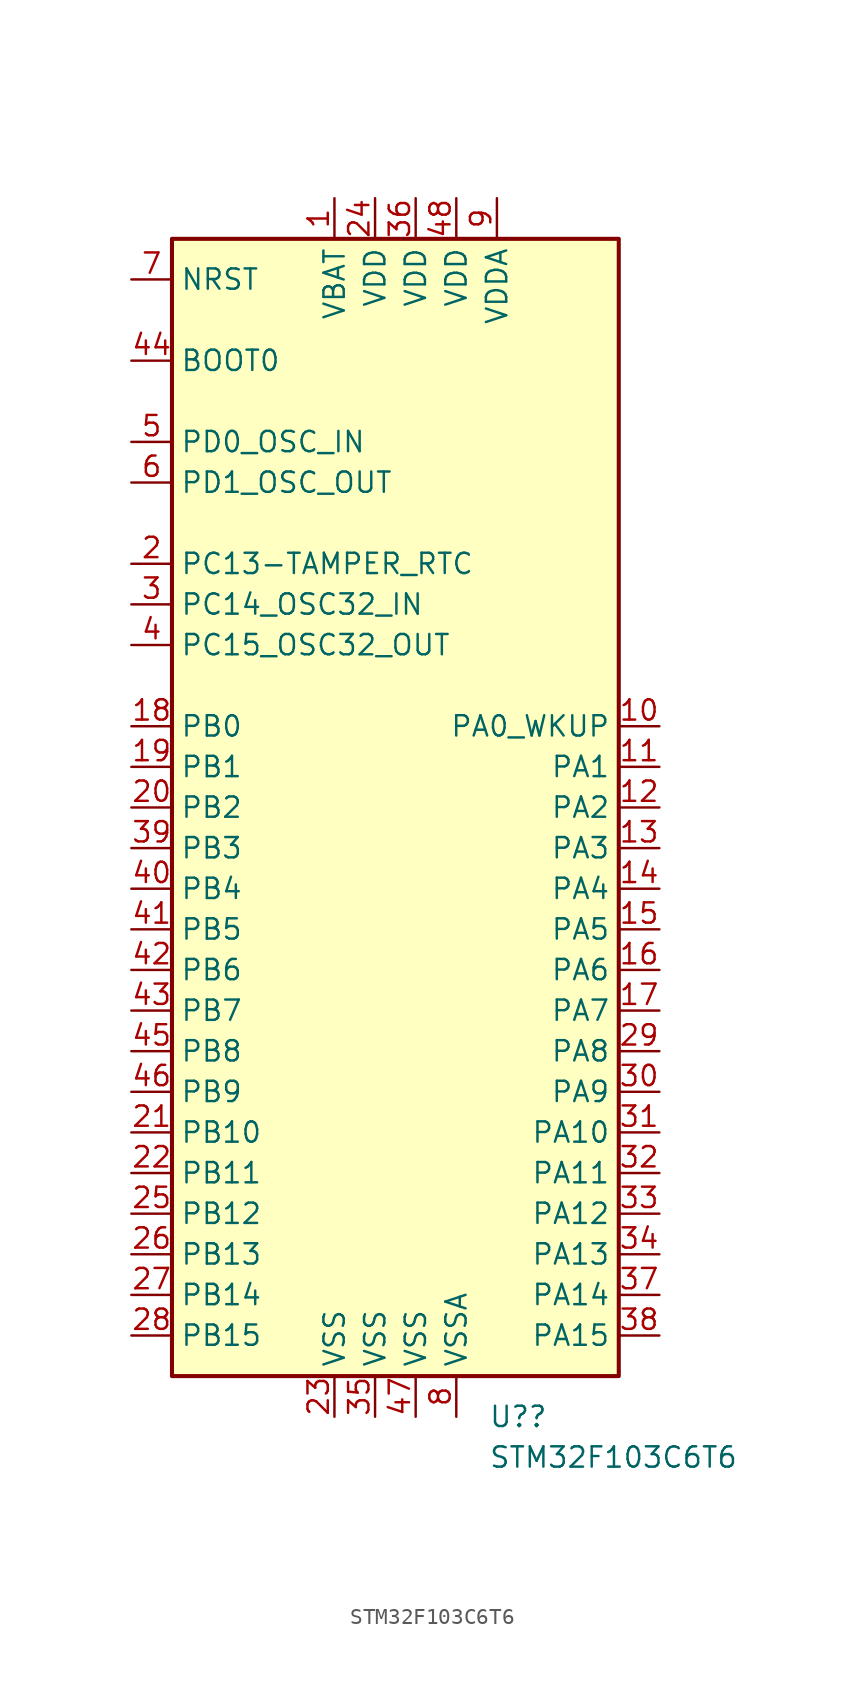
<source format=kicad_sym>
(kicad_symbol_lib
  (version 20211014)
  (generator kicad_symbol_editor)
  (symbol "STM32F103C6T6"
    (property "Reference" "U?"
      (at 4.559 -38.1 0)
      (effects (font (size 1.27 1.27)) (justify left)))
    (property "Value" "STM32F103C6T6"
      (at 4.559 -40.64 0)
      (effects (font (size 1.27 1.27)) (justify left)))
    (symbol "STM32F103C6T6_0_1"
      (rectangle (start -15.24 -35.56) (end 12.7 35.56) (stroke (width 0.254) (type default) (color 0 0 0 0)) (fill (type background))))
    (symbol "STM32F103C6T6_1_1"
      (pin power_in line (at -5.08 38.1 270) (length 2.54) (name "VBAT" (effects (font (size 1.27 1.27)))) (number "1" (effects (font (size 1.27 1.27)))))
      (pin bidirectional line (at 15.24 5.08 180) (length 2.54) (name "PA0_WKUP" (effects (font (size 1.27 1.27)))) (number "10" (effects (font (size 1.27 1.27)))))
      (pin bidirectional line (at 15.24 2.54 180) (length 2.54) (name "PA1" (effects (font (size 1.27 1.27)))) (number "11" (effects (font (size 1.27 1.27)))))
      (pin bidirectional line (at 15.24 0 180) (length 2.54) (name "PA2" (effects (font (size 1.27 1.27)))) (number "12" (effects (font (size 1.27 1.27)))))
      (pin bidirectional line (at 15.24 -2.54 180) (length 2.54) (name "PA3" (effects (font (size 1.27 1.27)))) (number "13" (effects (font (size 1.27 1.27)))))
      (pin bidirectional line (at 15.24 -5.08 180) (length 2.54) (name "PA4" (effects (font (size 1.27 1.27)))) (number "14" (effects (font (size 1.27 1.27)))))
      (pin bidirectional line (at 15.24 -7.62 180) (length 2.54) (name "PA5" (effects (font (size 1.27 1.27)))) (number "15" (effects (font (size 1.27 1.27)))))
      (pin bidirectional line (at 15.24 -10.16 180) (length 2.54) (name "PA6" (effects (font (size 1.27 1.27)))) (number "16" (effects (font (size 1.27 1.27)))))
      (pin bidirectional line (at 15.24 -12.7 180) (length 2.54) (name "PA7" (effects (font (size 1.27 1.27)))) (number "17" (effects (font (size 1.27 1.27)))))
      (pin bidirectional line (at -17.78 5.08 0) (length 2.54) (name "PB0" (effects (font (size 1.27 1.27)))) (number "18" (effects (font (size 1.27 1.27)))))
      (pin bidirectional line (at -17.78 2.54 0) (length 2.54) (name "PB1" (effects (font (size 1.27 1.27)))) (number "19" (effects (font (size 1.27 1.27)))))
      (pin bidirectional line (at -17.78 15.24 0) (length 2.54) (name "PC13-TAMPER_RTC" (effects (font (size 1.27 1.27)))) (number "2" (effects (font (size 1.27 1.27)))))
      (pin bidirectional line (at -17.78 0 0) (length 2.54) (name "PB2" (effects (font (size 1.27 1.27)))) (number "20" (effects (font (size 1.27 1.27)))))
      (pin bidirectional line (at -17.78 -20.32 0) (length 2.54) (name "PB10" (effects (font (size 1.27 1.27)))) (number "21" (effects (font (size 1.27 1.27)))))
      (pin bidirectional line (at -17.78 -22.86 0) (length 2.54) (name "PB11" (effects (font (size 1.27 1.27)))) (number "22" (effects (font (size 1.27 1.27)))))
      (pin power_in line (at -5.08 -38.1 90) (length 2.54) (name "VSS" (effects (font (size 1.27 1.27)))) (number "23" (effects (font (size 1.27 1.27)))))
      (pin power_in line (at -2.54 38.1 270) (length 2.54) (name "VDD" (effects (font (size 1.27 1.27)))) (number "24" (effects (font (size 1.27 1.27)))))
      (pin bidirectional line (at -17.78 -25.4 0) (length 2.54) (name "PB12" (effects (font (size 1.27 1.27)))) (number "25" (effects (font (size 1.27 1.27)))))
      (pin bidirectional line (at -17.78 -27.94 0) (length 2.54) (name "PB13" (effects (font (size 1.27 1.27)))) (number "26" (effects (font (size 1.27 1.27)))))
      (pin bidirectional line (at -17.78 -30.48 0) (length 2.54) (name "PB14" (effects (font (size 1.27 1.27)))) (number "27" (effects (font (size 1.27 1.27)))))
      (pin bidirectional line (at -17.78 -33.02 0) (length 2.54) (name "PB15" (effects (font (size 1.27 1.27)))) (number "28" (effects (font (size 1.27 1.27)))))
      (pin bidirectional line (at 15.24 -15.24 180) (length 2.54) (name "PA8" (effects (font (size 1.27 1.27)))) (number "29" (effects (font (size 1.27 1.27)))))
      (pin bidirectional line (at -17.78 12.7 0) (length 2.54) (name "PC14_OSC32_IN" (effects (font (size 1.27 1.27)))) (number "3" (effects (font (size 1.27 1.27)))))
      (pin bidirectional line (at 15.24 -17.78 180) (length 2.54) (name "PA9" (effects (font (size 1.27 1.27)))) (number "30" (effects (font (size 1.27 1.27)))))
      (pin bidirectional line (at 15.24 -20.32 180) (length 2.54) (name "PA10" (effects (font (size 1.27 1.27)))) (number "31" (effects (font (size 1.27 1.27)))))
      (pin bidirectional line (at 15.24 -22.86 180) (length 2.54) (name "PA11" (effects (font (size 1.27 1.27)))) (number "32" (effects (font (size 1.27 1.27)))))
      (pin bidirectional line (at 15.24 -25.4 180) (length 2.54) (name "PA12" (effects (font (size 1.27 1.27)))) (number "33" (effects (font (size 1.27 1.27)))))
      (pin bidirectional line (at 15.24 -27.94 180) (length 2.54) (name "PA13" (effects (font (size 1.27 1.27)))) (number "34" (effects (font (size 1.27 1.27)))))
      (pin power_in line (at -2.54 -38.1 90) (length 2.54) (name "VSS" (effects (font (size 1.27 1.27)))) (number "35" (effects (font (size 1.27 1.27)))))
      (pin power_in line (at 0 38.1 270) (length 2.54) (name "VDD" (effects (font (size 1.27 1.27)))) (number "36" (effects (font (size 1.27 1.27)))))
      (pin bidirectional line (at 15.24 -30.48 180) (length 2.54) (name "PA14" (effects (font (size 1.27 1.27)))) (number "37" (effects (font (size 1.27 1.27)))))
      (pin bidirectional line (at 15.24 -33.02 180) (length 2.54) (name "PA15" (effects (font (size 1.27 1.27)))) (number "38" (effects (font (size 1.27 1.27)))))
      (pin bidirectional line (at -17.78 -2.54 0) (length 2.54) (name "PB3" (effects (font (size 1.27 1.27)))) (number "39" (effects (font (size 1.27 1.27)))))
      (pin bidirectional line (at -17.78 10.16 0) (length 2.54) (name "PC15_OSC32_OUT" (effects (font (size 1.27 1.27)))) (number "4" (effects (font (size 1.27 1.27)))))
      (pin bidirectional line (at -17.78 -5.08 0) (length 2.54) (name "PB4" (effects (font (size 1.27 1.27)))) (number "40" (effects (font (size 1.27 1.27)))))
      (pin bidirectional line (at -17.78 -7.62 0) (length 2.54) (name "PB5" (effects (font (size 1.27 1.27)))) (number "41" (effects (font (size 1.27 1.27)))))
      (pin bidirectional line (at -17.78 -10.16 0) (length 2.54) (name "PB6" (effects (font (size 1.27 1.27)))) (number "42" (effects (font (size 1.27 1.27)))))
      (pin bidirectional line (at -17.78 -12.7 0) (length 2.54) (name "PB7" (effects (font (size 1.27 1.27)))) (number "43" (effects (font (size 1.27 1.27)))))
      (pin input line (at -17.78 27.94 0) (length 2.54) (name "BOOT0" (effects (font (size 1.27 1.27)))) (number "44" (effects (font (size 1.27 1.27)))))
      (pin bidirectional line (at -17.78 -15.24 0) (length 2.54) (name "PB8" (effects (font (size 1.27 1.27)))) (number "45" (effects (font (size 1.27 1.27)))))
      (pin bidirectional line (at -17.78 -17.78 0) (length 2.54) (name "PB9" (effects (font (size 1.27 1.27)))) (number "46" (effects (font (size 1.27 1.27)))))
      (pin power_in line (at 0 -38.1 90) (length 2.54) (name "VSS" (effects (font (size 1.27 1.27)))) (number "47" (effects (font (size 1.27 1.27)))))
      (pin power_in line (at 2.54 38.1 270) (length 2.54) (name "VDD" (effects (font (size 1.27 1.27)))) (number "48" (effects (font (size 1.27 1.27)))))
      (pin input line (at -17.78 22.86 0) (length 2.54) (name "PD0_OSC_IN" (effects (font (size 1.27 1.27)))) (number "5" (effects (font (size 1.27 1.27)))))
      (pin input line (at -17.78 20.32 0) (length 2.54) (name "PD1_OSC_OUT" (effects (font (size 1.27 1.27)))) (number "6" (effects (font (size 1.27 1.27)))))
      (pin input line (at -17.78 33.02 0) (length 2.54) (name "NRST" (effects (font (size 1.27 1.27)))) (number "7" (effects (font (size 1.27 1.27)))))
      (pin power_in line (at 2.54 -38.1 90) (length 2.54) (name "VSSA" (effects (font (size 1.27 1.27)))) (number "8" (effects (font (size 1.27 1.27)))))
      (pin power_in line (at 5.08 38.1 270) (length 2.54) (name "VDDA" (effects (font (size 1.27 1.27)))) (number "9" (effects (font (size 1.27 1.27))))))))
</source>
